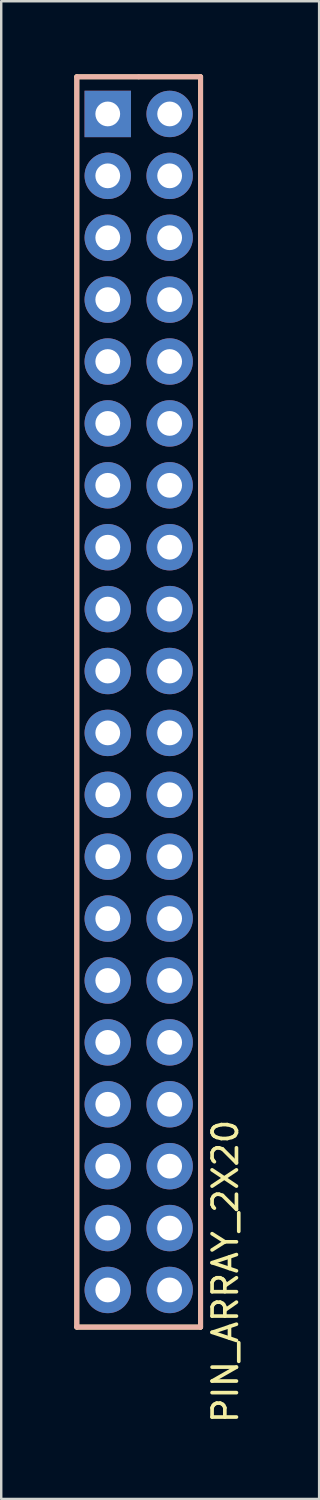
<source format=kicad_pcb>
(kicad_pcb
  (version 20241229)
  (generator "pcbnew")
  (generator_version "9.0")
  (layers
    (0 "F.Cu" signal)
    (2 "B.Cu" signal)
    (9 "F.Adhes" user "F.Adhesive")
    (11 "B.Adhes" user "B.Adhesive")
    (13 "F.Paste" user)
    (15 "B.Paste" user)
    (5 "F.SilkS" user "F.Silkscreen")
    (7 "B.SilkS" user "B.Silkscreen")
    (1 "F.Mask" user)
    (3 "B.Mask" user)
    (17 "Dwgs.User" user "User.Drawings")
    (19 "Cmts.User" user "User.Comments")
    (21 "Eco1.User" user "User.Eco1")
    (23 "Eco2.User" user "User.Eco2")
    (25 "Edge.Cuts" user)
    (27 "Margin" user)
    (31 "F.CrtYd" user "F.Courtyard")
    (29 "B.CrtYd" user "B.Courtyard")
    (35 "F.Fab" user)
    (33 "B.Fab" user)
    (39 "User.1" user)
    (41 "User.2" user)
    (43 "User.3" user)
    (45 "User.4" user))
  (footprint "PIN_ARRAY_2X20"
    (layer "F.Cu")
    (at 2.642 25.756)
    (property "Reference" "PIN_ARRAY_2X20" (at 3.556 23.368 90) (layer "F.SilkS") (effects (font (size 1 1) (thickness 0.15))))
    (attr through_hole)
    (fp_line (start -2.54 -25.654) (end 2.54 -25.654) (stroke (width 0.203) (type solid)) (layer "F.SilkS"))
    (fp_line (start -2.54 25.654) (end -2.54 -25.654) (stroke (width 0.203) (type solid)) (layer "F.SilkS"))
    (fp_line (start 2.54 -25.654) (end 2.54 25.654) (stroke (width 0.203) (type solid)) (layer "F.SilkS"))
    (fp_line (start 2.54 25.654) (end -2.54 25.654) (stroke (width 0.203) (type solid)) (layer "F.SilkS"))
    (fp_line (start -2.54 -25.654) (end 0 -25.654) (stroke (width 0.203) (type solid)) (layer "B.SilkS"))
    (fp_line (start -2.54 25.654) (end -2.54 -25.654) (stroke (width 0.203) (type solid)) (layer "B.SilkS"))
    (fp_line (start 0 -25.654) (end 2.54 -25.654) (stroke (width 0.203) (type solid)) (layer "B.SilkS"))
    (fp_line (start 2.54 -25.654) (end 2.54 25.654) (stroke (width 0.203) (type solid)) (layer "B.SilkS"))
    (fp_line (start 2.54 25.654) (end -2.54 25.654) (stroke (width 0.203) (type solid)) (layer "B.SilkS"))
    (pad "1" thru_hole rect (at -1.27 -24.13) (size 1.905 1.905) (drill 1.016) (layers "*.Cu" "*.Mask"))
    (pad "2" thru_hole circle (at 1.27 -24.13) (size 1.905 1.905) (drill 1.016) (layers "*.Cu" "*.Mask"))
    (pad "3" thru_hole circle (at -1.27 -21.59) (size 1.905 1.905) (drill 1.016) (layers "*.Cu" "*.Mask"))
    (pad "4" thru_hole circle (at 1.27 -21.59) (size 1.905 1.905) (drill 1.016) (layers "*.Cu" "*.Mask"))
    (pad "5" thru_hole circle (at -1.27 -19.05) (size 1.905 1.905) (drill 1.016) (layers "*.Cu" "*.Mask"))
    (pad "6" thru_hole circle (at 1.27 -19.05) (size 1.905 1.905) (drill 1.016) (layers "*.Cu" "*.Mask"))
    (pad "7" thru_hole circle (at -1.27 -16.51) (size 1.905 1.905) (drill 1.016) (layers "*.Cu" "*.Mask"))
    (pad "8" thru_hole circle (at 1.27 -16.51) (size 1.905 1.905) (drill 1.016) (layers "*.Cu" "*.Mask"))
    (pad "9" thru_hole circle (at -1.27 -13.97) (size 1.905 1.905) (drill 1.016) (layers "*.Cu" "*.Mask"))
    (pad "10" thru_hole circle (at 1.27 -13.97) (size 1.905 1.905) (drill 1.016) (layers "*.Cu" "*.Mask"))
    (pad "11" thru_hole circle (at -1.27 -11.43) (size 1.905 1.905) (drill 1.016) (layers "*.Cu" "*.Mask"))
    (pad "12" thru_hole circle (at 1.27 -11.43) (size 1.905 1.905) (drill 1.016) (layers "*.Cu" "*.Mask"))
    (pad "13" thru_hole circle (at -1.27 -8.89) (size 1.905 1.905) (drill 1.016) (layers "*.Cu" "*.Mask"))
    (pad "14" thru_hole circle (at 1.27 -8.89) (size 1.905 1.905) (drill 1.016) (layers "*.Cu" "*.Mask"))
    (pad "15" thru_hole circle (at -1.27 -6.35) (size 1.905 1.905) (drill 1.016) (layers "*.Cu" "*.Mask"))
    (pad "16" thru_hole circle (at 1.27 -6.35) (size 1.905 1.905) (drill 1.016) (layers "*.Cu" "*.Mask"))
    (pad "17" thru_hole circle (at -1.27 -3.81) (size 1.905 1.905) (drill 1.016) (layers "*.Cu" "*.Mask"))
    (pad "18" thru_hole circle (at 1.27 -3.81) (size 1.905 1.905) (drill 1.016) (layers "*.Cu" "*.Mask"))
    (pad "19" thru_hole circle (at -1.27 -1.27) (size 1.905 1.905) (drill 1.016) (layers "*.Cu" "*.Mask"))
    (pad "20" thru_hole circle (at 1.27 -1.27) (size 1.905 1.905) (drill 1.016) (layers "*.Cu" "*.Mask"))
    (pad "21" thru_hole circle (at -1.27 1.27) (size 1.905 1.905) (drill 1.016) (layers "*.Cu" "*.Mask"))
    (pad "22" thru_hole circle (at 1.27 1.27) (size 1.905 1.905) (drill 1.016) (layers "*.Cu" "*.Mask"))
    (pad "23" thru_hole circle (at -1.27 3.81) (size 1.905 1.905) (drill 1.016) (layers "*.Cu" "*.Mask"))
    (pad "24" thru_hole circle (at 1.27 3.81) (size 1.905 1.905) (drill 1.016) (layers "*.Cu" "*.Mask"))
    (pad "25" thru_hole circle (at -1.27 6.35) (size 1.905 1.905) (drill 1.016) (layers "*.Cu" "*.Mask"))
    (pad "26" thru_hole circle (at 1.27 6.35) (size 1.905 1.905) (drill 1.016) (layers "*.Cu" "*.Mask"))
    (pad "27" thru_hole circle (at -1.27 8.89) (size 1.905 1.905) (drill 1.016) (layers "*.Cu" "*.Mask"))
    (pad "28" thru_hole circle (at 1.27 8.89) (size 1.905 1.905) (drill 1.016) (layers "*.Cu" "*.Mask"))
    (pad "29" thru_hole circle (at -1.27 11.43) (size 1.905 1.905) (drill 1.016) (layers "*.Cu" "*.Mask"))
    (pad "30" thru_hole circle (at 1.27 11.43) (size 1.905 1.905) (drill 1.016) (layers "*.Cu" "*.Mask"))
    (pad "31" thru_hole circle (at -1.27 13.97) (size 1.905 1.905) (drill 1.016) (layers "*.Cu" "*.Mask"))
    (pad "32" thru_hole circle (at 1.27 13.97) (size 1.905 1.905) (drill 1.016) (layers "*.Cu" "*.Mask"))
    (pad "33" thru_hole circle (at -1.27 16.51) (size 1.905 1.905) (drill 1.016) (layers "*.Cu" "*.Mask"))
    (pad "34" thru_hole circle (at 1.27 16.51) (size 1.905 1.905) (drill 1.016) (layers "*.Cu" "*.Mask"))
    (pad "35" thru_hole circle (at -1.27 19.05) (size 1.905 1.905) (drill 1.016) (layers "*.Cu" "*.Mask"))
    (pad "36" thru_hole circle (at 1.27 19.05) (size 1.905 1.905) (drill 1.016) (layers "*.Cu" "*.Mask"))
    (pad "37" thru_hole circle (at -1.27 21.59) (size 1.905 1.905) (drill 1.016) (layers "*.Cu" "*.Mask"))
    (pad "38" thru_hole circle (at 1.27 21.59) (size 1.905 1.905) (drill 1.016) (layers "*.Cu" "*.Mask"))
    (pad "39" thru_hole circle (at -1.27 24.13) (size 1.905 1.905) (drill 1.016) (layers "*.Cu" "*.Mask"))
    (pad "40" thru_hole circle (at 1.27 24.13) (size 1.905 1.905) (drill 1.016) (layers "*.Cu" "*.Mask")))
  (gr_rect
    (start -3 -3)
    (end 10.046 58.463)
    (stroke (width 0.1) (type default))
    (fill no)
    (layer "Edge.Cuts")))
</source>
